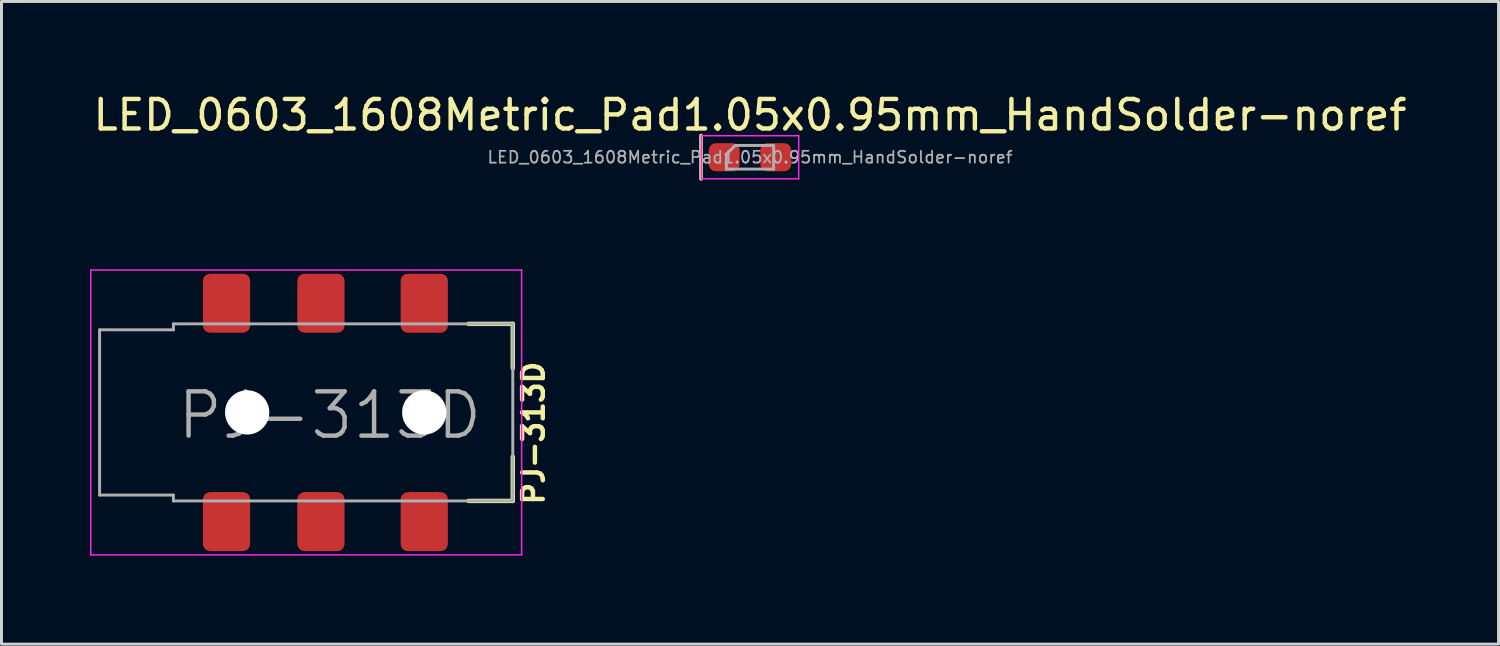
<source format=kicad_pcb>
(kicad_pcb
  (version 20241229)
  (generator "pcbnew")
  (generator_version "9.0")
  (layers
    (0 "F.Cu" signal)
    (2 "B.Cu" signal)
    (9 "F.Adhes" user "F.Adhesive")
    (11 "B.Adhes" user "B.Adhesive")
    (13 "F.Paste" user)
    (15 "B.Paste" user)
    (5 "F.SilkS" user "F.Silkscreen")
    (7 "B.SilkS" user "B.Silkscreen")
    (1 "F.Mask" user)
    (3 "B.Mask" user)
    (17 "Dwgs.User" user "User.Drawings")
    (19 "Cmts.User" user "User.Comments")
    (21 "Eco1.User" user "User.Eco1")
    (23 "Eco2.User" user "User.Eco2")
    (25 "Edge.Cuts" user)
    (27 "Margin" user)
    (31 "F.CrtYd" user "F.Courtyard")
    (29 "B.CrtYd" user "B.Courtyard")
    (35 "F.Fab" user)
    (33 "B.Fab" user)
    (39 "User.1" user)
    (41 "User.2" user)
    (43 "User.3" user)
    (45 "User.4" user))
  (footprint "LED_0603_1608Metric_Pad1.05x0.95mm_HandSolder-noref"
    (layer "F.Cu")
    (at 22.363 2.278)
    (property "Reference" "LED_0603_1608Metric_Pad1.05x0.95mm_HandSolder-noref" (at 0 -1.43 0) (layer "F.SilkS") (effects (font (size 1 1) (thickness 0.15))))
    (attr smd)
    (fp_line (start -1.66 -0.735) (end -1.66 0.735) (stroke (width 0.12) (type solid)) (layer "F.SilkS"))
    (fp_line (start -1.65 -0.73) (end 1.65 -0.73) (stroke (width 0.05) (type solid)) (layer "F.CrtYd"))
    (fp_line (start -1.65 0.73) (end -1.65 -0.73) (stroke (width 0.05) (type solid)) (layer "F.CrtYd"))
    (fp_line (start 1.65 -0.73) (end 1.65 0.73) (stroke (width 0.05) (type solid)) (layer "F.CrtYd"))
    (fp_line (start 1.65 0.73) (end -1.65 0.73) (stroke (width 0.05) (type solid)) (layer "F.CrtYd"))
    (fp_line (start -0.8 -0.1) (end -0.8 0.4) (stroke (width 0.1) (type solid)) (layer "F.Fab"))
    (fp_line (start -0.8 0.4) (end 0.8 0.4) (stroke (width 0.1) (type solid)) (layer "F.Fab"))
    (fp_line (start -0.5 -0.4) (end -0.8 -0.1) (stroke (width 0.1) (type solid)) (layer "F.Fab"))
    (fp_line (start 0.8 -0.4) (end -0.5 -0.4) (stroke (width 0.1) (type solid)) (layer "F.Fab"))
    (fp_line (start 0.8 0.4) (end 0.8 -0.4) (stroke (width 0.1) (type solid)) (layer "F.Fab"))
    (fp_text user "${REFERENCE}" (at 0 0 0) (layer "F.Fab") (effects (font (size 0.4 0.4) (thickness 0.06))))
    (pad "1" smd roundrect (at -0.875 0) (size 1.05 0.95) (layers "F.Cu" "F.Mask" "F.Paste") (roundrect_rratio 0.25))
    (pad "2" smd roundrect (at 0.875 0) (size 1.05 0.95) (layers "F.Cu" "F.Mask" "F.Paste") (roundrect_rratio 0.25)))
  (footprint "PJ-313D"
    (layer "F.Cu")
    (at 2.825 10.924)
    (property "Reference" "PJ-313D" (at 12.2 0.7 90) (layer "F.SilkS") (effects (font (size 0.7 0.7) (thickness 0.15))))
    (attr through_hole)
    (fp_line (start 11.5 -3) (end 10 -3) (stroke (width 0.15) (type solid)) (layer "F.SilkS"))
    (fp_line (start 11.5 -3) (end 11.5 -1.5) (stroke (width 0.15) (type solid)) (layer "F.SilkS"))
    (fp_line (start 11.5 3) (end 10 3) (stroke (width 0.15) (type solid)) (layer "F.SilkS"))
    (fp_line (start 11.5 3) (end 11.5 1.5) (stroke (width 0.15) (type solid)) (layer "F.SilkS"))
    (fp_line (start -2.8 -4.826) (end 11.8 -4.826) (stroke (width 0.05) (type solid)) (layer "F.CrtYd"))
    (fp_line (start -2.8 4.826) (end -2.8 -4.826) (stroke (width 0.05) (type solid)) (layer "F.CrtYd"))
    (fp_line (start 11.8 -4.826) (end 11.8 4.826) (stroke (width 0.05) (type solid)) (layer "F.CrtYd"))
    (fp_line (start 11.8 4.826) (end -2.794 4.826) (stroke (width 0.05) (type solid)) (layer "F.CrtYd"))
    (fp_line (start -2.5 -2.8) (end 0 -2.8) (stroke (width 0.1) (type solid)) (layer "F.Fab"))
    (fp_line (start -2.5 2.8) (end -2.5 -2.8) (stroke (width 0.1) (type solid)) (layer "F.Fab"))
    (fp_line (start 0 -3) (end 11.5 -3) (stroke (width 0.1) (type solid)) (layer "F.Fab"))
    (fp_line (start 0 -2.8) (end 0 -3) (stroke (width 0.1) (type solid)) (layer "F.Fab"))
    (fp_line (start 0 2.8) (end -2.5 2.8) (stroke (width 0.1) (type solid)) (layer "F.Fab"))
    (fp_line (start 0 3) (end 0 2.8) (stroke (width 0.1) (type solid)) (layer "F.Fab"))
    (fp_line (start 11.5 -3) (end 11.5 3) (stroke (width 0.1) (type solid)) (layer "F.Fab"))
    (fp_line (start 11.5 3) (end 0 3) (stroke (width 0.1) (type solid)) (layer "F.Fab"))
    (fp_text user "${REFERENCE}" (at 5.3 0.1 0) (layer "F.Fab") (effects (font (size 1.5 1.5) (thickness 0.15))))
    (pad "" np_thru_hole circle (at 2.5 0) (size 1.5 1.5) (drill 1.5) (layers "*.Cu" "*.Mask"))
    (pad "" np_thru_hole circle (at 8.5 0) (size 1.5 1.5) (drill 1.5) (layers "*.Cu" "*.Mask"))
    (pad "R" smd roundrect (at 5 -3.5) (size 1.6 2) (drill (offset 0 -0.2)) (layers "F.Cu" "F.Mask" "F.Paste") (roundrect_rratio 0.15))
    (pad "R" smd roundrect (at 5 3.5) (size 1.6 2) (drill (offset 0 0.2)) (layers "F.Cu" "F.Mask" "F.Paste") (roundrect_rratio 0.15))
    (pad "S" smd roundrect (at 1.8 -3.5) (size 1.6 2) (drill (offset 0 -0.2)) (layers "F.Cu" "F.Mask" "F.Paste") (roundrect_rratio 0.15))
    (pad "S" smd roundrect (at 1.8 3.5) (size 1.6 2) (drill (offset 0 0.2)) (layers "F.Cu" "F.Mask" "F.Paste") (roundrect_rratio 0.15))
    (pad "T" smd roundrect (at 8.5 -3.5) (size 1.6 2) (drill (offset 0 -0.2)) (layers "F.Cu" "F.Mask" "F.Paste") (roundrect_rratio 0.15))
    (pad "T" smd roundrect (at 8.5 3.5) (size 1.6 2) (drill (offset 0 0.2)) (layers "F.Cu" "F.Mask" "F.Paste") (roundrect_rratio 0.15)))
  (gr_rect
    (start -3 -3)
    (end 47.726 18.775)
    (stroke (width 0.1) (type default))
    (fill no)
    (layer "Edge.Cuts")))
</source>
